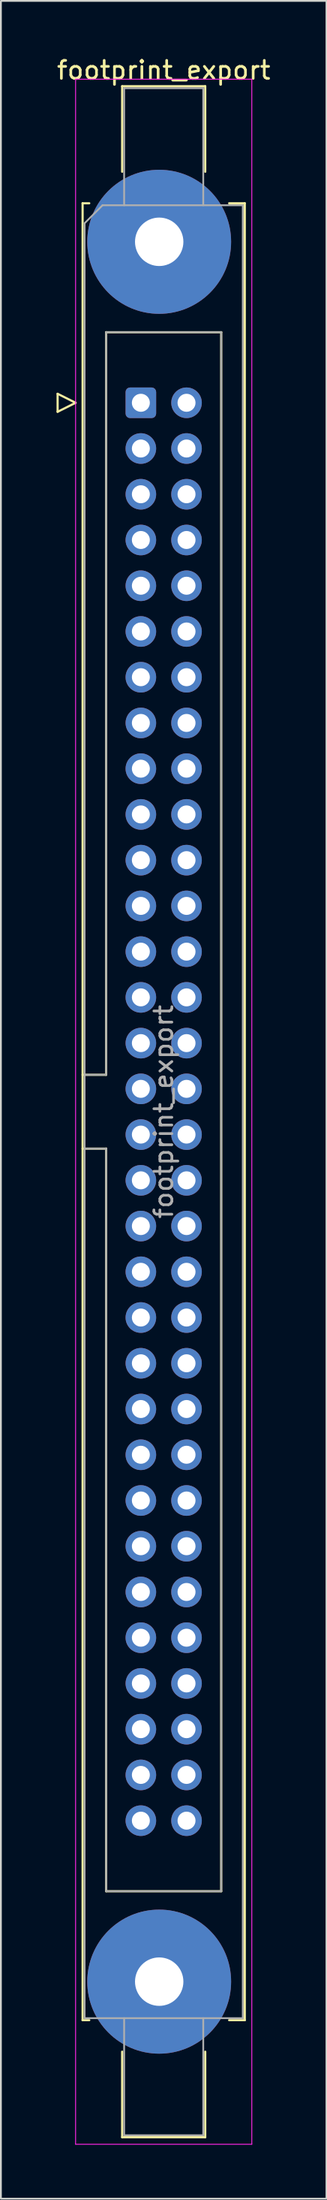
<source format=kicad_pcb>
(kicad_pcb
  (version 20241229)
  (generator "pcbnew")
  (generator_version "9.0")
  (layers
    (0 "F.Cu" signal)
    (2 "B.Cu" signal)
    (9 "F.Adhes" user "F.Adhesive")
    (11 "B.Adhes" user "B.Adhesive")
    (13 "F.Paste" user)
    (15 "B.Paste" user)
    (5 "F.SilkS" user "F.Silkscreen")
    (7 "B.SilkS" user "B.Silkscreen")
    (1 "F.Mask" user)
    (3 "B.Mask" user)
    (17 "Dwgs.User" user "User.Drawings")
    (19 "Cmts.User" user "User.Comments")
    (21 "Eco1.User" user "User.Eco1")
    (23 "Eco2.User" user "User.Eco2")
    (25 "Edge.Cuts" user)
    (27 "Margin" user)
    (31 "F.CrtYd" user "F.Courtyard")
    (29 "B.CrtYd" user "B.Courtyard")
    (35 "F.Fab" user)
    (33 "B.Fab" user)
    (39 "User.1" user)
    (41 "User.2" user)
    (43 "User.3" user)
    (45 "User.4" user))
  (footprint "footprint_export"
    (layer "F.Cu")
    (at 4.784 19.318)
    (property "Reference" "footprint_export" (at 1.27 -18.47 0) (layer "F.SilkS") (effects (font (size 1 1) (thickness 0.15))))
    (attr through_hole)
    (fp_line (start -4.63 -0.5) (end -4.63 0.5) (stroke (width 0.12) (type solid)) (layer "F.SilkS"))
    (fp_line (start -4.63 0.5) (end -3.63 0) (stroke (width 0.12) (type solid)) (layer "F.SilkS"))
    (fp_line (start -3.63 0) (end -4.63 -0.5) (stroke (width 0.12) (type solid)) (layer "F.SilkS"))
    (fp_line (start -3.24 -11.08) (end -3.24 89.82) (stroke (width 0.12) (type solid)) (layer "F.SilkS"))
    (fp_line (start -3.24 37.32) (end -1.93 37.32) (stroke (width 0.12) (type solid)) (layer "F.SilkS"))
    (fp_line (start -3.24 89.82) (end -2.87 89.82) (stroke (width 0.12) (type solid)) (layer "F.SilkS"))
    (fp_line (start -2.87 -11.08) (end -3.24 -11.08) (stroke (width 0.12) (type solid)) (layer "F.SilkS"))
    (fp_line (start -1.93 -3.92) (end 4.47 -3.92) (stroke (width 0.12) (type solid)) (layer "F.SilkS"))
    (fp_line (start -1.93 37.32) (end -1.93 -3.92) (stroke (width 0.12) (type solid)) (layer "F.SilkS"))
    (fp_line (start -1.93 41.42) (end -3.24 41.42) (stroke (width 0.12) (type solid)) (layer "F.SilkS"))
    (fp_line (start -1.93 41.42) (end -1.93 41.42) (stroke (width 0.12) (type solid)) (layer "F.SilkS"))
    (fp_line (start -1.93 82.66) (end -1.93 41.42) (stroke (width 0.12) (type solid)) (layer "F.SilkS"))
    (fp_line (start -1.04 -17.58) (end 3.58 -17.58) (stroke (width 0.12) (type solid)) (layer "F.SilkS"))
    (fp_line (start -1.04 -12.83) (end -1.04 -17.58) (stroke (width 0.12) (type solid)) (layer "F.SilkS"))
    (fp_line (start -1.04 91.57) (end -1.04 96.32) (stroke (width 0.12) (type solid)) (layer "F.SilkS"))
    (fp_line (start -1.04 96.32) (end 3.58 96.32) (stroke (width 0.12) (type solid)) (layer "F.SilkS"))
    (fp_line (start 3.58 -17.58) (end 3.58 -12.83) (stroke (width 0.12) (type solid)) (layer "F.SilkS"))
    (fp_line (start 3.58 96.32) (end 3.58 91.57) (stroke (width 0.12) (type solid)) (layer "F.SilkS"))
    (fp_line (start 4.47 -3.92) (end 4.47 82.66) (stroke (width 0.12) (type solid)) (layer "F.SilkS"))
    (fp_line (start 4.47 82.66) (end -1.93 82.66) (stroke (width 0.12) (type solid)) (layer "F.SilkS"))
    (fp_line (start 4.91 -11.08) (end 5.78 -11.08) (stroke (width 0.12) (type solid)) (layer "F.SilkS"))
    (fp_line (start 5.78 -11.08) (end 5.78 89.82) (stroke (width 0.12) (type solid)) (layer "F.SilkS"))
    (fp_line (start 5.78 89.82) (end 4.91 89.82) (stroke (width 0.12) (type solid)) (layer "F.SilkS"))
    (fp_line (start -3.63 -17.97) (end -3.63 96.71) (stroke (width 0.05) (type solid)) (layer "F.CrtYd"))
    (fp_line (start -3.63 96.71) (end 6.17 96.71) (stroke (width 0.05) (type solid)) (layer "F.CrtYd"))
    (fp_line (start 6.17 -17.97) (end -3.63 -17.97) (stroke (width 0.05) (type solid)) (layer "F.CrtYd"))
    (fp_line (start 6.17 96.71) (end 6.17 -17.97) (stroke (width 0.05) (type solid)) (layer "F.CrtYd"))
    (fp_line (start -3.13 -9.97) (end -2.13 -10.97) (stroke (width 0.1) (type solid)) (layer "F.Fab"))
    (fp_line (start -3.13 37.32) (end -1.93 37.32) (stroke (width 0.1) (type solid)) (layer "F.Fab"))
    (fp_line (start -3.13 89.71) (end -3.13 -9.97) (stroke (width 0.1) (type solid)) (layer "F.Fab"))
    (fp_line (start -2.13 -10.97) (end 5.67 -10.97) (stroke (width 0.1) (type solid)) (layer "F.Fab"))
    (fp_line (start -1.93 -3.92) (end 4.47 -3.92) (stroke (width 0.1) (type solid)) (layer "F.Fab"))
    (fp_line (start -1.93 37.32) (end -1.93 -3.92) (stroke (width 0.1) (type solid)) (layer "F.Fab"))
    (fp_line (start -1.93 41.42) (end -3.13 41.42) (stroke (width 0.1) (type solid)) (layer "F.Fab"))
    (fp_line (start -1.93 41.42) (end -1.93 41.42) (stroke (width 0.1) (type solid)) (layer "F.Fab"))
    (fp_line (start -1.93 82.66) (end -1.93 41.42) (stroke (width 0.1) (type solid)) (layer "F.Fab"))
    (fp_line (start -0.93 -17.47) (end 3.47 -17.47) (stroke (width 0.1) (type solid)) (layer "F.Fab"))
    (fp_line (start -0.93 -10.97) (end -0.93 -17.47) (stroke (width 0.1) (type solid)) (layer "F.Fab"))
    (fp_line (start -0.93 89.71) (end -0.93 96.21) (stroke (width 0.1) (type solid)) (layer "F.Fab"))
    (fp_line (start -0.93 96.21) (end 3.47 96.21) (stroke (width 0.1) (type solid)) (layer "F.Fab"))
    (fp_line (start 3.47 -17.47) (end 3.47 -10.97) (stroke (width 0.1) (type solid)) (layer "F.Fab"))
    (fp_line (start 3.47 96.21) (end 3.47 89.71) (stroke (width 0.1) (type solid)) (layer "F.Fab"))
    (fp_line (start 4.47 -3.92) (end 4.47 82.66) (stroke (width 0.1) (type solid)) (layer "F.Fab"))
    (fp_line (start 4.47 82.66) (end -1.93 82.66) (stroke (width 0.1) (type solid)) (layer "F.Fab"))
    (fp_line (start 5.67 -10.97) (end 5.67 89.71) (stroke (width 0.1) (type solid)) (layer "F.Fab"))
    (fp_line (start 5.67 89.71) (end -3.13 89.71) (stroke (width 0.1) (type solid)) (layer "F.Fab"))
    (fp_text user "${REFERENCE}" (at 1.27 39.37 90) (layer "F.Fab") (effects (font (size 1 1) (thickness 0.15))))
    (pad "1" thru_hole roundrect (at 0 0) (size 1.7 1.7) (drill 1) (layers "*.Cu" "*.Mask") (roundrect_rratio 0.147))
    (pad "2" thru_hole circle (at 2.54 0) (size 1.7 1.7) (drill 1) (layers "*.Cu" "*.Mask"))
    (pad "3" thru_hole circle (at 0 2.54) (size 1.7 1.7) (drill 1) (layers "*.Cu" "*.Mask"))
    (pad "4" thru_hole circle (at 2.54 2.54) (size 1.7 1.7) (drill 1) (layers "*.Cu" "*.Mask"))
    (pad "5" thru_hole circle (at 0 5.08) (size 1.7 1.7) (drill 1) (layers "*.Cu" "*.Mask"))
    (pad "6" thru_hole circle (at 2.54 5.08) (size 1.7 1.7) (drill 1) (layers "*.Cu" "*.Mask"))
    (pad "7" thru_hole circle (at 0 7.62) (size 1.7 1.7) (drill 1) (layers "*.Cu" "*.Mask"))
    (pad "8" thru_hole circle (at 2.54 7.62) (size 1.7 1.7) (drill 1) (layers "*.Cu" "*.Mask"))
    (pad "9" thru_hole circle (at 0 10.16) (size 1.7 1.7) (drill 1) (layers "*.Cu" "*.Mask"))
    (pad "10" thru_hole circle (at 2.54 10.16) (size 1.7 1.7) (drill 1) (layers "*.Cu" "*.Mask"))
    (pad "11" thru_hole circle (at 0 12.7) (size 1.7 1.7) (drill 1) (layers "*.Cu" "*.Mask"))
    (pad "12" thru_hole circle (at 2.54 12.7) (size 1.7 1.7) (drill 1) (layers "*.Cu" "*.Mask"))
    (pad "13" thru_hole circle (at 0 15.24) (size 1.7 1.7) (drill 1) (layers "*.Cu" "*.Mask"))
    (pad "14" thru_hole circle (at 2.54 15.24) (size 1.7 1.7) (drill 1) (layers "*.Cu" "*.Mask"))
    (pad "15" thru_hole circle (at 0 17.78) (size 1.7 1.7) (drill 1) (layers "*.Cu" "*.Mask"))
    (pad "16" thru_hole circle (at 2.54 17.78) (size 1.7 1.7) (drill 1) (layers "*.Cu" "*.Mask"))
    (pad "17" thru_hole circle (at 0 20.32) (size 1.7 1.7) (drill 1) (layers "*.Cu" "*.Mask"))
    (pad "18" thru_hole circle (at 2.54 20.32) (size 1.7 1.7) (drill 1) (layers "*.Cu" "*.Mask"))
    (pad "19" thru_hole circle (at 0 22.86) (size 1.7 1.7) (drill 1) (layers "*.Cu" "*.Mask"))
    (pad "20" thru_hole circle (at 2.54 22.86) (size 1.7 1.7) (drill 1) (layers "*.Cu" "*.Mask"))
    (pad "21" thru_hole circle (at 0 25.4) (size 1.7 1.7) (drill 1) (layers "*.Cu" "*.Mask"))
    (pad "22" thru_hole circle (at 2.54 25.4) (size 1.7 1.7) (drill 1) (layers "*.Cu" "*.Mask"))
    (pad "23" thru_hole circle (at 0 27.94) (size 1.7 1.7) (drill 1) (layers "*.Cu" "*.Mask"))
    (pad "24" thru_hole circle (at 2.54 27.94) (size 1.7 1.7) (drill 1) (layers "*.Cu" "*.Mask"))
    (pad "25" thru_hole circle (at 0 30.48) (size 1.7 1.7) (drill 1) (layers "*.Cu" "*.Mask"))
    (pad "26" thru_hole circle (at 2.54 30.48) (size 1.7 1.7) (drill 1) (layers "*.Cu" "*.Mask"))
    (pad "27" thru_hole circle (at 0 33.02) (size 1.7 1.7) (drill 1) (layers "*.Cu" "*.Mask"))
    (pad "28" thru_hole circle (at 2.54 33.02) (size 1.7 1.7) (drill 1) (layers "*.Cu" "*.Mask"))
    (pad "29" thru_hole circle (at 0 35.56) (size 1.7 1.7) (drill 1) (layers "*.Cu" "*.Mask"))
    (pad "30" thru_hole circle (at 2.54 35.56) (size 1.7 1.7) (drill 1) (layers "*.Cu" "*.Mask"))
    (pad "31" thru_hole circle (at 0 38.1) (size 1.7 1.7) (drill 1) (layers "*.Cu" "*.Mask"))
    (pad "32" thru_hole circle (at 2.54 38.1) (size 1.7 1.7) (drill 1) (layers "*.Cu" "*.Mask"))
    (pad "33" thru_hole circle (at 0 40.64) (size 1.7 1.7) (drill 1) (layers "*.Cu" "*.Mask"))
    (pad "34" thru_hole circle (at 2.54 40.64) (size 1.7 1.7) (drill 1) (layers "*.Cu" "*.Mask"))
    (pad "35" thru_hole circle (at 0 43.18) (size 1.7 1.7) (drill 1) (layers "*.Cu" "*.Mask"))
    (pad "36" thru_hole circle (at 2.54 43.18) (size 1.7 1.7) (drill 1) (layers "*.Cu" "*.Mask"))
    (pad "37" thru_hole circle (at 0 45.72) (size 1.7 1.7) (drill 1) (layers "*.Cu" "*.Mask"))
    (pad "38" thru_hole circle (at 2.54 45.72) (size 1.7 1.7) (drill 1) (layers "*.Cu" "*.Mask"))
    (pad "39" thru_hole circle (at 0 48.26) (size 1.7 1.7) (drill 1) (layers "*.Cu" "*.Mask"))
    (pad "40" thru_hole circle (at 2.54 48.26) (size 1.7 1.7) (drill 1) (layers "*.Cu" "*.Mask"))
    (pad "41" thru_hole circle (at 0 50.8) (size 1.7 1.7) (drill 1) (layers "*.Cu" "*.Mask"))
    (pad "42" thru_hole circle (at 2.54 50.8) (size 1.7 1.7) (drill 1) (layers "*.Cu" "*.Mask"))
    (pad "43" thru_hole circle (at 0 53.34) (size 1.7 1.7) (drill 1) (layers "*.Cu" "*.Mask"))
    (pad "44" thru_hole circle (at 2.54 53.34) (size 1.7 1.7) (drill 1) (layers "*.Cu" "*.Mask"))
    (pad "45" thru_hole circle (at 0 55.88) (size 1.7 1.7) (drill 1) (layers "*.Cu" "*.Mask"))
    (pad "46" thru_hole circle (at 2.54 55.88) (size 1.7 1.7) (drill 1) (layers "*.Cu" "*.Mask"))
    (pad "47" thru_hole circle (at 0 58.42) (size 1.7 1.7) (drill 1) (layers "*.Cu" "*.Mask"))
    (pad "48" thru_hole circle (at 2.54 58.42) (size 1.7 1.7) (drill 1) (layers "*.Cu" "*.Mask"))
    (pad "49" thru_hole circle (at 0 60.96) (size 1.7 1.7) (drill 1) (layers "*.Cu" "*.Mask"))
    (pad "50" thru_hole circle (at 2.54 60.96) (size 1.7 1.7) (drill 1) (layers "*.Cu" "*.Mask"))
    (pad "51" thru_hole circle (at 0 63.5) (size 1.7 1.7) (drill 1) (layers "*.Cu" "*.Mask"))
    (pad "52" thru_hole circle (at 2.54 63.5) (size 1.7 1.7) (drill 1) (layers "*.Cu" "*.Mask"))
    (pad "53" thru_hole circle (at 0 66.04) (size 1.7 1.7) (drill 1) (layers "*.Cu" "*.Mask"))
    (pad "54" thru_hole circle (at 2.54 66.04) (size 1.7 1.7) (drill 1) (layers "*.Cu" "*.Mask"))
    (pad "55" thru_hole circle (at 0 68.58) (size 1.7 1.7) (drill 1) (layers "*.Cu" "*.Mask"))
    (pad "56" thru_hole circle (at 2.54 68.58) (size 1.7 1.7) (drill 1) (layers "*.Cu" "*.Mask"))
    (pad "57" thru_hole circle (at 0 71.12) (size 1.7 1.7) (drill 1) (layers "*.Cu" "*.Mask"))
    (pad "58" thru_hole circle (at 2.54 71.12) (size 1.7 1.7) (drill 1) (layers "*.Cu" "*.Mask"))
    (pad "59" thru_hole circle (at 0 73.66) (size 1.7 1.7) (drill 1) (layers "*.Cu" "*.Mask"))
    (pad "60" thru_hole circle (at 2.54 73.66) (size 1.7 1.7) (drill 1) (layers "*.Cu" "*.Mask"))
    (pad "61" thru_hole circle (at 0 76.2) (size 1.7 1.7) (drill 1) (layers "*.Cu" "*.Mask"))
    (pad "62" thru_hole circle (at 2.54 76.2) (size 1.7 1.7) (drill 1) (layers "*.Cu" "*.Mask"))
    (pad "63" thru_hole circle (at 0 78.74) (size 1.7 1.7) (drill 1) (layers "*.Cu" "*.Mask"))
    (pad "64" thru_hole circle (at 2.54 78.74) (size 1.7 1.7) (drill 1) (layers "*.Cu" "*.Mask"))
    (pad "MP" thru_hole circle (at 1.02 -8.94) (size 8 8) (drill 2.69) (layers "*.Cu" "*.Mask"))
    (pad "MP" thru_hole circle (at 1.02 87.68) (size 8 8) (drill 2.69) (layers "*.Cu" "*.Mask")))
  (gr_rect
    (start -3 -3)
    (end 15.107 119.053)
    (stroke (width 0.1) (type default))
    (fill no)
    (layer "Edge.Cuts")))
</source>
